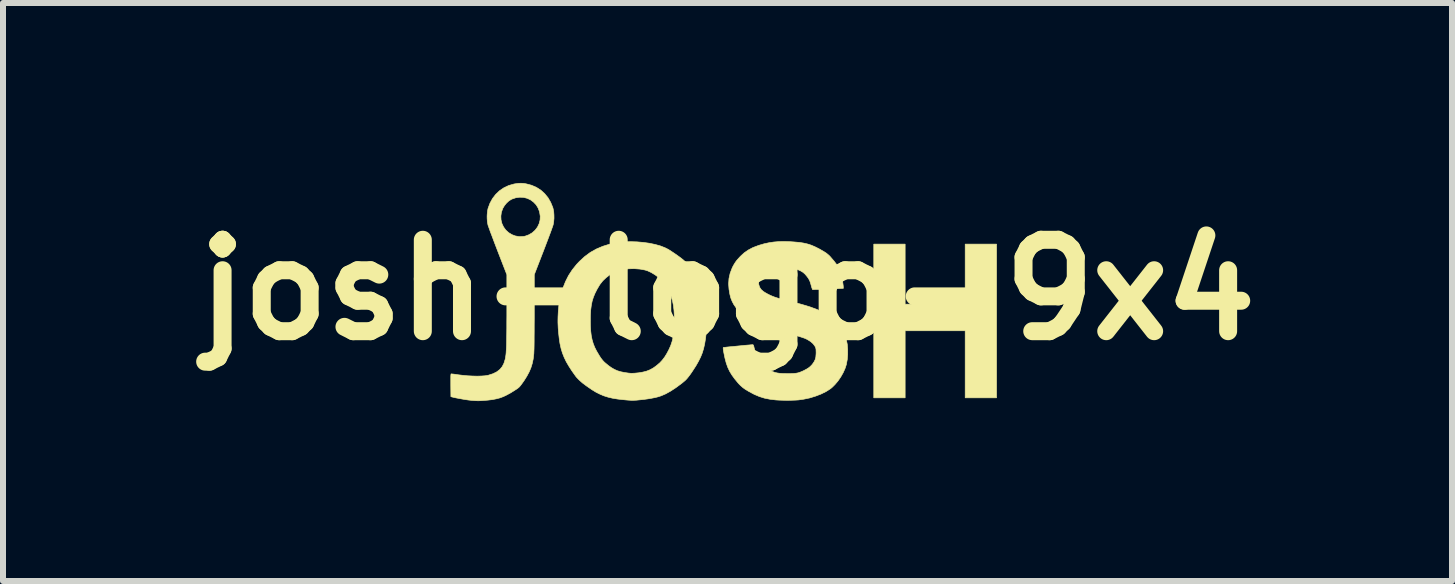
<source format=kicad_pcb>
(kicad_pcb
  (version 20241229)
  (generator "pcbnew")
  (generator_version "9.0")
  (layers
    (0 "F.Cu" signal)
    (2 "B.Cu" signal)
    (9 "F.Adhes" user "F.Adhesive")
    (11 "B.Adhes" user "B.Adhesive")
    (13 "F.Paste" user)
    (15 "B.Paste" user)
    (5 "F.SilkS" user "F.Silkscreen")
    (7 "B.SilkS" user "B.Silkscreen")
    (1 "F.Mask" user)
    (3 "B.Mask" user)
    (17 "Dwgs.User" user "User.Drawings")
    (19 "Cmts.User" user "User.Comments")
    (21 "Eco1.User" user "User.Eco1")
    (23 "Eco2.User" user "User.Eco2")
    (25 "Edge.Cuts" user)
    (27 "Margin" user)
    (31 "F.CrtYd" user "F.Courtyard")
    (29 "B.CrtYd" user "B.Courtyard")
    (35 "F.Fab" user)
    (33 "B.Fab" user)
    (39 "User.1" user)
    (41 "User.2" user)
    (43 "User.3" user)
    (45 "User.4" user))
  (footprint "josh-logo-9x4"
    (layer "F.Cu")
    (at 9.079 1.782)
    (property "Reference" "josh-logo-9x4" (at 0 0 0) (layer "F.SilkS") (effects (font (size 1.524 1.524) (thickness 0.3))))
    (attr through_hole)
    (fp_poly (pts (xy 2.961 0.239) (xy 3.962 0.239) (xy 3.962 -0.762) (xy 4.485 -0.762) (xy 4.485 1.8) (xy 3.962 1.8) (xy 3.962 0.682) (xy 2.961 0.682) (xy 2.961 1.8) (xy 2.438 1.8) (xy 2.438 -0.762) (xy 2.961 -0.762) (xy 2.961 0.239)) (stroke (width 0.01) (type solid)) (fill yes) (layer "F.SilkS"))
    (fp_poly (pts (xy -3.396 -1.774) (xy -3.356 -1.767) (xy -3.268 -1.744) (xy -3.187 -1.709) (xy -3.113 -1.662) (xy -3.049 -1.604) (xy -2.993 -1.536) (xy -2.948 -1.458) (xy -2.913 -1.373) (xy -2.907 -1.35) (xy -2.898 -1.304) (xy -2.894 -1.25) (xy -2.893 -1.193) (xy -2.898 -1.137) (xy -2.906 -1.089) (xy -2.906 -1.089) (xy -2.911 -1.072) (xy -2.921 -1.043) (xy -2.935 -1.003) (xy -2.953 -0.954) (xy -2.974 -0.898) (xy -2.998 -0.834) (xy -3.024 -0.766) (xy -3.051 -0.695) (xy -3.071 -0.643) (xy -3.222 -0.253) (xy -3.222 0.369) (xy -3.222 0.486) (xy -3.223 0.594) (xy -3.223 0.694) (xy -3.224 0.783) (xy -3.224 0.862) (xy -3.225 0.931) (xy -3.226 0.987) (xy -3.228 1.03) (xy -3.229 1.06) (xy -3.23 1.071) (xy -3.24 1.154) (xy -3.256 1.229) (xy -3.278 1.3) (xy -3.307 1.368) (xy -3.345 1.439) (xy -3.392 1.514) (xy -3.409 1.538) (xy -3.434 1.573) (xy -3.453 1.598) (xy -3.47 1.618) (xy -3.488 1.634) (xy -3.508 1.649) (xy -3.535 1.667) (xy -3.539 1.669) (xy -3.61 1.714) (xy -3.675 1.75) (xy -3.735 1.779) (xy -3.793 1.801) (xy -3.855 1.817) (xy -3.921 1.83) (xy -3.996 1.839) (xy -4.046 1.843) (xy -4.087 1.846) (xy -4.118 1.848) (xy -4.144 1.849) (xy -4.168 1.849) (xy -4.194 1.848) (xy -4.226 1.846) (xy -4.268 1.843) (xy -4.274 1.842) (xy -4.313 1.838) (xy -4.362 1.831) (xy -4.416 1.822) (xy -4.472 1.812) (xy -4.524 1.802) (xy -4.57 1.792) (xy -4.59 1.787) (xy -4.612 1.781) (xy -4.614 1.591) (xy -4.614 1.531) (xy -4.614 1.484) (xy -4.614 1.449) (xy -4.613 1.425) (xy -4.611 1.41) (xy -4.609 1.402) (xy -4.607 1.401) (xy -4.596 1.402) (xy -4.575 1.404) (xy -4.544 1.408) (xy -4.509 1.413) (xy -4.499 1.415) (xy -4.416 1.425) (xy -4.332 1.433) (xy -4.251 1.437) (xy -4.174 1.439) (xy -4.104 1.437) (xy -4.044 1.433) (xy -3.994 1.425) (xy -3.983 1.422) (xy -3.909 1.398) (xy -3.847 1.367) (xy -3.796 1.328) (xy -3.756 1.28) (xy -3.727 1.223) (xy -3.707 1.158) (xy -3.702 1.134) (xy -3.698 1.108) (xy -3.694 1.08) (xy -3.691 1.049) (xy -3.689 1.012) (xy -3.686 0.97) (xy -3.684 0.922) (xy -3.683 0.866) (xy -3.682 0.801) (xy -3.681 0.726) (xy -3.68 0.641) (xy -3.68 0.545) (xy -3.679 0.435) (xy -3.679 0.329) (xy -3.679 -0.253) (xy -3.829 -0.64) (xy -3.857 -0.713) (xy -3.884 -0.783) (xy -3.909 -0.85) (xy -3.932 -0.911) (xy -3.953 -0.965) (xy -3.969 -1.011) (xy -3.982 -1.047) (xy -3.991 -1.072) (xy -3.994 -1.081) (xy -4.004 -1.134) (xy -4.008 -1.194) (xy -4.008 -1.229) (xy -3.779 -1.229) (xy -3.776 -1.166) (xy -3.761 -1.105) (xy -3.734 -1.048) (xy -3.697 -0.997) (xy -3.65 -0.954) (xy -3.594 -0.92) (xy -3.539 -0.899) (xy -3.472 -0.887) (xy -3.404 -0.89) (xy -3.375 -0.895) (xy -3.312 -0.918) (xy -3.256 -0.951) (xy -3.208 -0.994) (xy -3.169 -1.045) (xy -3.141 -1.103) (xy -3.125 -1.165) (xy -3.122 -1.23) (xy -3.123 -1.233) (xy -3.134 -1.302) (xy -3.158 -1.364) (xy -3.191 -1.418) (xy -3.234 -1.463) (xy -3.284 -1.5) (xy -3.34 -1.526) (xy -3.4 -1.541) (xy -3.464 -1.544) (xy -3.53 -1.535) (xy -3.595 -1.513) (xy -3.606 -1.507) (xy -3.646 -1.482) (xy -3.685 -1.446) (xy -3.72 -1.403) (xy -3.747 -1.357) (xy -3.77 -1.293) (xy -3.779 -1.229) (xy -4.008 -1.229) (xy -4.007 -1.256) (xy -4.001 -1.315) (xy -3.993 -1.356) (xy -3.961 -1.443) (xy -3.918 -1.522) (xy -3.864 -1.592) (xy -3.801 -1.652) (xy -3.729 -1.701) (xy -3.649 -1.739) (xy -3.562 -1.764) (xy -3.545 -1.767) (xy -3.492 -1.775) (xy -3.444 -1.777) (xy -3.396 -1.774)) (stroke (width 0.01) (type solid)) (fill yes) (layer "F.SilkS"))
    (fp_poly (pts (xy -1.51 -0.8) (xy -1.406 -0.791) (xy -1.305 -0.777) (xy -1.209 -0.757) (xy -1.122 -0.733) (xy -1.045 -0.703) (xy -1.02 -0.691) (xy -0.982 -0.671) (xy -0.937 -0.642) (xy -0.887 -0.609) (xy -0.834 -0.572) (xy -0.782 -0.534) (xy -0.765 -0.521) (xy -0.73 -0.492) (xy -0.702 -0.467) (xy -0.678 -0.442) (xy -0.654 -0.413) (xy -0.626 -0.376) (xy -0.625 -0.374) (xy -0.557 -0.275) (xy -0.501 -0.183) (xy -0.456 -0.098) (xy -0.423 -0.02) (xy -0.418 -0.004) (xy -0.396 0.074) (xy -0.377 0.164) (xy -0.363 0.262) (xy -0.353 0.366) (xy -0.348 0.471) (xy -0.347 0.576) (xy -0.352 0.677) (xy -0.355 0.715) (xy -0.367 0.813) (xy -0.381 0.9) (xy -0.399 0.979) (xy -0.421 1.052) (xy -0.449 1.121) (xy -0.484 1.191) (xy -0.526 1.265) (xy -0.564 1.324) (xy -0.598 1.376) (xy -0.627 1.417) (xy -0.652 1.45) (xy -0.675 1.478) (xy -0.698 1.503) (xy -0.724 1.526) (xy -0.754 1.551) (xy -0.771 1.564) (xy -0.864 1.633) (xy -0.95 1.689) (xy -1.031 1.734) (xy -1.107 1.767) (xy -1.16 1.784) (xy -1.208 1.796) (xy -1.265 1.807) (xy -1.329 1.818) (xy -1.396 1.827) (xy -1.461 1.834) (xy -1.522 1.84) (xy -1.575 1.842) (xy -1.6 1.842) (xy -1.621 1.841) (xy -1.653 1.839) (xy -1.691 1.836) (xy -1.73 1.832) (xy -1.733 1.832) (xy -1.83 1.821) (xy -1.916 1.807) (xy -1.992 1.789) (xy -2.062 1.767) (xy -2.128 1.739) (xy -2.194 1.706) (xy -2.261 1.665) (xy -2.271 1.658) (xy -2.351 1.603) (xy -2.419 1.552) (xy -2.474 1.503) (xy -2.517 1.458) (xy -2.533 1.438) (xy -2.594 1.352) (xy -2.645 1.273) (xy -2.689 1.198) (xy -2.724 1.125) (xy -2.753 1.052) (xy -2.776 0.975) (xy -2.794 0.893) (xy -2.807 0.803) (xy -2.818 0.703) (xy -2.823 0.637) (xy -2.827 0.547) (xy -2.827 0.504) (xy -2.287 0.504) (xy -2.286 0.601) (xy -2.281 0.686) (xy -2.272 0.762) (xy -2.258 0.831) (xy -2.239 0.896) (xy -2.214 0.959) (xy -2.182 1.022) (xy -2.143 1.088) (xy -2.142 1.09) (xy -2.112 1.137) (xy -2.084 1.173) (xy -2.056 1.203) (xy -2.045 1.213) (xy -1.989 1.26) (xy -1.937 1.297) (xy -1.887 1.326) (xy -1.836 1.349) (xy -1.779 1.366) (xy -1.713 1.379) (xy -1.651 1.388) (xy -1.605 1.392) (xy -1.552 1.39) (xy -1.49 1.384) (xy -1.48 1.383) (xy -1.41 1.371) (xy -1.348 1.355) (xy -1.293 1.333) (xy -1.24 1.304) (xy -1.187 1.266) (xy -1.129 1.217) (xy -1.128 1.216) (xy -1.089 1.174) (xy -1.049 1.122) (xy -1.012 1.062) (xy -0.977 0.996) (xy -0.947 0.929) (xy -0.925 0.863) (xy -0.919 0.841) (xy -0.905 0.776) (xy -0.896 0.701) (xy -0.889 0.617) (xy -0.886 0.528) (xy -0.887 0.438) (xy -0.892 0.35) (xy -0.893 0.337) (xy -0.903 0.256) (xy -0.918 0.182) (xy -0.939 0.113) (xy -0.969 0.044) (xy -1.007 -0.03) (xy -1.025 -0.059) (xy -1.047 -0.096) (xy -1.066 -0.124) (xy -1.083 -0.146) (xy -1.103 -0.166) (xy -1.127 -0.188) (xy -1.146 -0.204) (xy -1.208 -0.25) (xy -1.272 -0.289) (xy -1.333 -0.317) (xy -1.374 -0.33) (xy -1.46 -0.346) (xy -1.552 -0.353) (xy -1.645 -0.351) (xy -1.736 -0.34) (xy -1.82 -0.321) (xy -1.829 -0.318) (xy -1.895 -0.291) (xy -1.961 -0.252) (xy -2.023 -0.204) (xy -2.079 -0.151) (xy -2.124 -0.094) (xy -2.133 -0.081) (xy -2.175 -0.01) (xy -2.209 0.057) (xy -2.236 0.122) (xy -2.257 0.189) (xy -2.271 0.259) (xy -2.281 0.336) (xy -2.286 0.422) (xy -2.287 0.504) (xy -2.827 0.504) (xy -2.826 0.451) (xy -2.821 0.355) (xy -2.812 0.261) (xy -2.798 0.174) (xy -2.782 0.098) (xy -2.746 -0.025) (xy -2.702 -0.136) (xy -2.65 -0.239) (xy -2.588 -0.334) (xy -2.516 -0.424) (xy -2.469 -0.474) (xy -2.382 -0.554) (xy -2.289 -0.623) (xy -2.188 -0.68) (xy -2.08 -0.726) (xy -1.961 -0.763) (xy -1.906 -0.776) (xy -1.815 -0.792) (xy -1.716 -0.801) (xy -1.614 -0.803) (xy -1.51 -0.8)) (stroke (width 0.01) (type solid)) (fill yes) (layer "F.SilkS"))
    (fp_poly (pts (xy 1.041 -0.803) (xy 1.113 -0.798) (xy 1.194 -0.791) (xy 1.266 -0.78) (xy 1.332 -0.765) (xy 1.395 -0.745) (xy 1.458 -0.718) (xy 1.526 -0.684) (xy 1.601 -0.641) (xy 1.603 -0.64) (xy 1.642 -0.615) (xy 1.675 -0.589) (xy 1.707 -0.559) (xy 1.726 -0.537) (xy 1.775 -0.48) (xy 1.814 -0.429) (xy 1.844 -0.381) (xy 1.868 -0.334) (xy 1.887 -0.284) (xy 1.894 -0.26) (xy 1.902 -0.23) (xy 1.909 -0.192) (xy 1.917 -0.15) (xy 1.923 -0.109) (xy 1.928 -0.073) (xy 1.93 -0.047) (xy 1.93 -0.043) (xy 1.93 -0.024) (xy 1.678 -0.014) (xy 1.619 -0.012) (xy 1.564 -0.009) (xy 1.516 -0.007) (xy 1.476 -0.006) (xy 1.445 -0.005) (xy 1.425 -0.004) (xy 1.419 -0.004) (xy 1.415 -0.01) (xy 1.408 -0.028) (xy 1.4 -0.053) (xy 1.397 -0.065) (xy 1.385 -0.108) (xy 1.374 -0.141) (xy 1.361 -0.169) (xy 1.345 -0.196) (xy 1.325 -0.223) (xy 1.294 -0.26) (xy 1.261 -0.29) (xy 1.222 -0.314) (xy 1.18 -0.333) (xy 1.137 -0.349) (xy 1.093 -0.36) (xy 1.045 -0.366) (xy 0.989 -0.369) (xy 0.922 -0.368) (xy 0.911 -0.368) (xy 0.853 -0.365) (xy 0.806 -0.361) (xy 0.766 -0.353) (xy 0.728 -0.342) (xy 0.689 -0.327) (xy 0.657 -0.313) (xy 0.602 -0.282) (xy 0.561 -0.246) (xy 0.534 -0.207) (xy 0.519 -0.162) (xy 0.518 -0.112) (xy 0.522 -0.084) (xy 0.536 -0.042) (xy 0.56 -0.006) (xy 0.596 0.026) (xy 0.632 0.049) (xy 0.668 0.069) (xy 0.704 0.087) (xy 0.742 0.104) (xy 0.783 0.12) (xy 0.829 0.135) (xy 0.882 0.151) (xy 0.944 0.168) (xy 1.016 0.187) (xy 1.1 0.208) (xy 1.114 0.211) (xy 1.252 0.247) (xy 1.377 0.285) (xy 1.488 0.326) (xy 1.585 0.368) (xy 1.669 0.413) (xy 1.74 0.461) (xy 1.765 0.481) (xy 1.814 0.528) (xy 1.86 0.586) (xy 1.903 0.651) (xy 1.94 0.72) (xy 1.969 0.79) (xy 1.981 0.832) (xy 1.996 0.907) (xy 2.003 0.991) (xy 2.003 1.078) (xy 1.996 1.163) (xy 1.981 1.242) (xy 1.981 1.245) (xy 1.959 1.312) (xy 1.927 1.383) (xy 1.887 1.453) (xy 1.841 1.52) (xy 1.79 1.58) (xy 1.738 1.631) (xy 1.714 1.65) (xy 1.642 1.696) (xy 1.559 1.737) (xy 1.468 1.772) (xy 1.371 1.802) (xy 1.271 1.823) (xy 1.18 1.836) (xy 1.128 1.839) (xy 1.066 1.841) (xy 0.998 1.842) (xy 0.928 1.841) (xy 0.861 1.839) (xy 0.808 1.836) (xy 0.708 1.824) (xy 0.617 1.806) (xy 0.531 1.779) (xy 0.446 1.743) (xy 0.414 1.726) (xy 0.351 1.692) (xy 0.299 1.661) (xy 0.256 1.63) (xy 0.219 1.598) (xy 0.185 1.563) (xy 0.176 1.553) (xy 0.119 1.484) (xy 0.072 1.419) (xy 0.034 1.356) (xy 0.003 1.29) (xy -0.022 1.219) (xy -0.043 1.139) (xy -0.06 1.057) (xy -0.068 1.015) (xy -0.072 0.985) (xy -0.072 0.968) (xy -0.07 0.961) (xy -0.061 0.96) (xy -0.04 0.958) (xy -0.008 0.954) (xy 0.032 0.95) (xy 0.078 0.946) (xy 0.128 0.941) (xy 0.179 0.936) (xy 0.231 0.931) (xy 0.28 0.926) (xy 0.325 0.922) (xy 0.363 0.919) (xy 0.393 0.916) (xy 0.412 0.915) (xy 0.418 0.914) (xy 0.427 0.917) (xy 0.433 0.926) (xy 0.439 0.946) (xy 0.442 0.96) (xy 0.464 1.044) (xy 0.494 1.119) (xy 0.535 1.187) (xy 0.575 1.239) (xy 0.603 1.27) (xy 0.634 1.296) (xy 0.672 1.32) (xy 0.719 1.346) (xy 0.726 1.35) (xy 0.76 1.366) (xy 0.794 1.378) (xy 0.83 1.386) (xy 0.871 1.392) (xy 0.92 1.395) (xy 0.98 1.396) (xy 0.998 1.397) (xy 1.057 1.396) (xy 1.105 1.394) (xy 1.145 1.39) (xy 1.18 1.383) (xy 1.212 1.372) (xy 1.246 1.358) (xy 1.272 1.346) (xy 1.317 1.322) (xy 1.351 1.301) (xy 1.378 1.279) (xy 1.402 1.255) (xy 1.415 1.24) (xy 1.442 1.201) (xy 1.461 1.163) (xy 1.472 1.122) (xy 1.476 1.072) (xy 1.477 1.049) (xy 1.476 1.014) (xy 1.475 0.99) (xy 1.471 0.972) (xy 1.465 0.955) (xy 1.456 0.938) (xy 1.427 0.899) (xy 1.385 0.862) (xy 1.332 0.829) (xy 1.314 0.82) (xy 1.285 0.807) (xy 1.244 0.793) (xy 1.191 0.776) (xy 1.126 0.757) (xy 1.047 0.735) (xy 0.955 0.71) (xy 0.864 0.687) (xy 0.779 0.665) (xy 0.707 0.645) (xy 0.645 0.627) (xy 0.591 0.608) (xy 0.542 0.59) (xy 0.497 0.57) (xy 0.453 0.549) (xy 0.408 0.524) (xy 0.361 0.495) (xy 0.337 0.481) (xy 0.299 0.456) (xy 0.269 0.435) (xy 0.243 0.413) (xy 0.219 0.389) (xy 0.191 0.358) (xy 0.19 0.356) (xy 0.142 0.298) (xy 0.105 0.245) (xy 0.077 0.192) (xy 0.055 0.137) (xy 0.039 0.075) (xy 0.027 0.003) (xy 0.025 -0.005) (xy 0.018 -0.099) (xy 0.024 -0.188) (xy 0.043 -0.274) (xy 0.075 -0.359) (xy 0.087 -0.385) (xy 0.108 -0.423) (xy 0.129 -0.457) (xy 0.153 -0.49) (xy 0.183 -0.524) (xy 0.215 -0.559) (xy 0.277 -0.616) (xy 0.346 -0.664) (xy 0.424 -0.705) (xy 0.514 -0.739) (xy 0.529 -0.744) (xy 0.611 -0.768) (xy 0.69 -0.785) (xy 0.769 -0.797) (xy 0.853 -0.804) (xy 0.942 -0.806) (xy 1.041 -0.803)) (stroke (width 0.01) (type solid)) (fill yes) (layer "F.SilkS")))
  (gr_rect
    (start -3 -3)
    (end 21.157 6.636)
    (stroke (width 0.1) (type default))
    (fill no)
    (layer "Edge.Cuts")))
</source>
